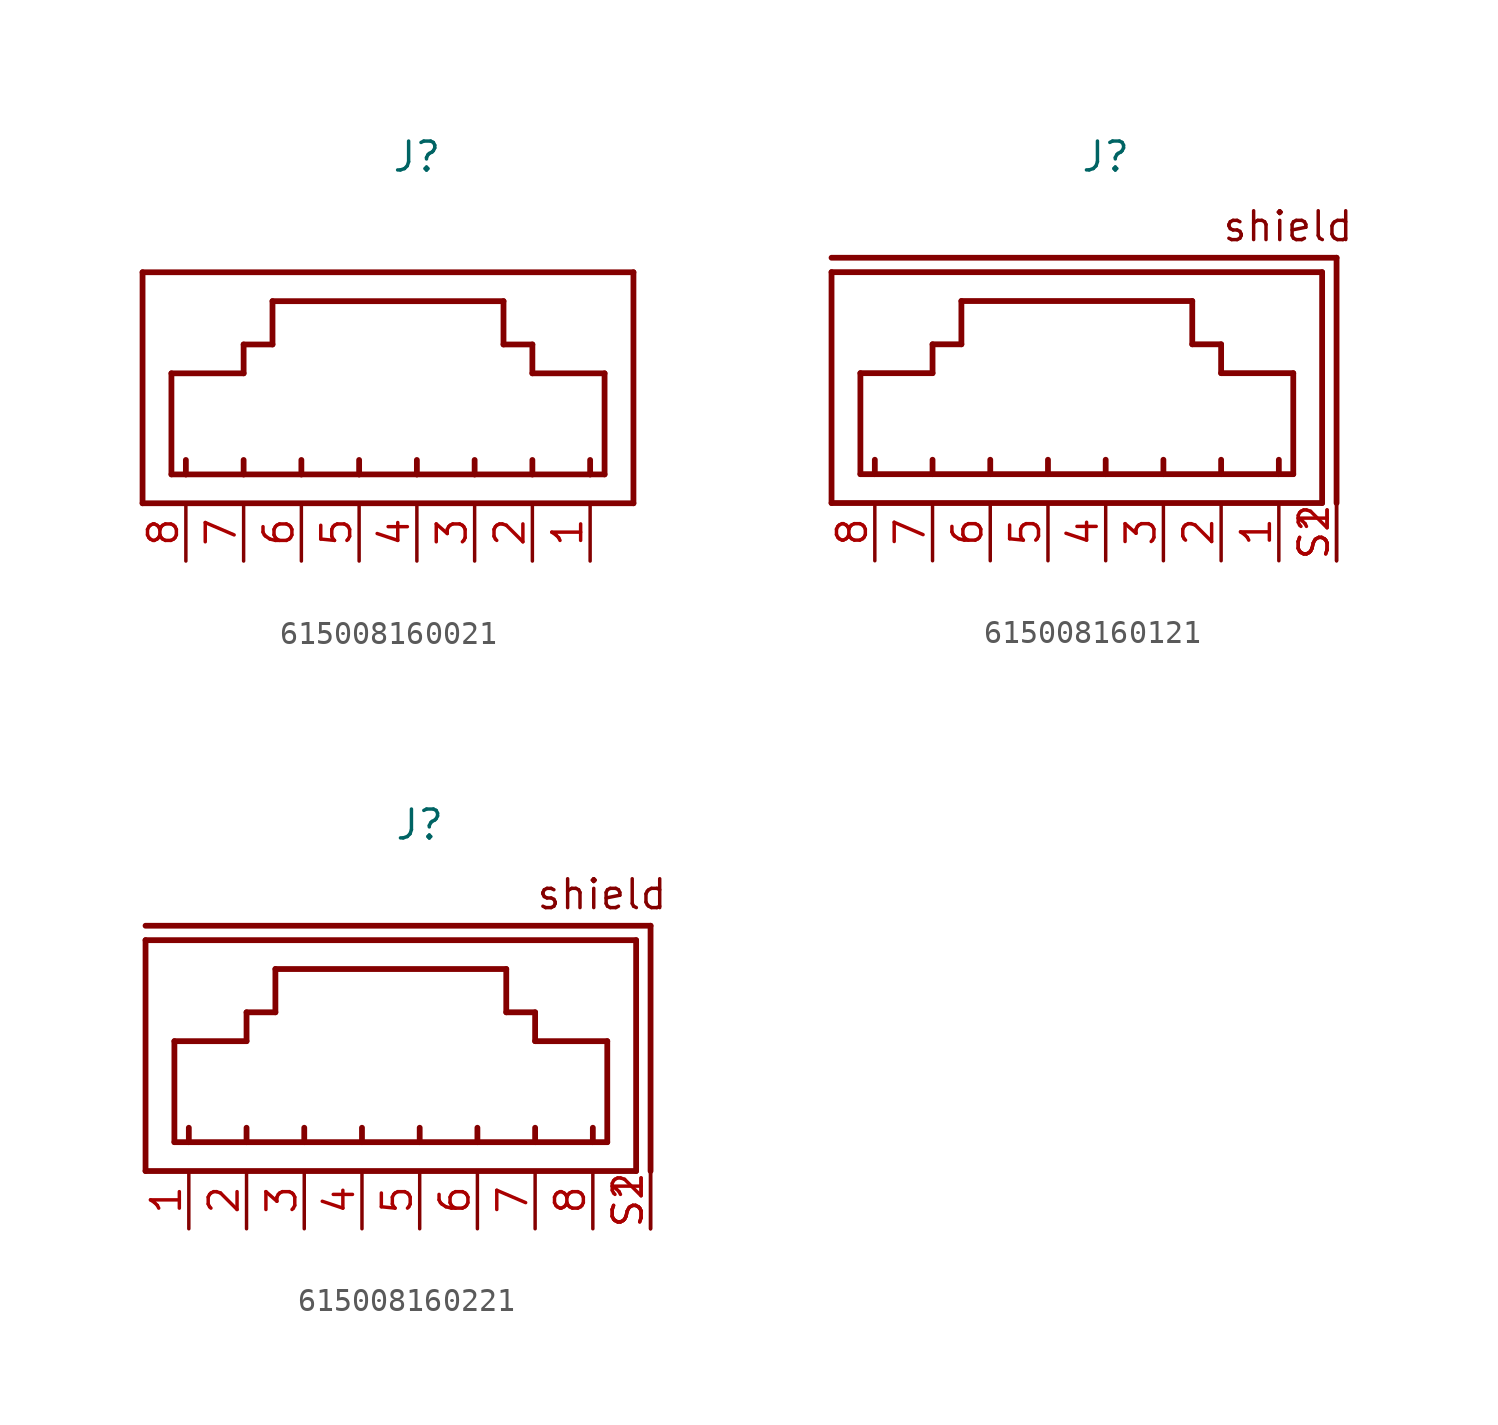
<source format=kicad_sym>
(kicad_symbol_lib
  (version 20241209)
  (generator "kicad_symbol_editor")
  (generator_version "9.0")
  (symbol "615008160021"
    (pin_names
      (hide yes))
    (property "Reference" "J"
      (at 0 10.16 0)
      (effects (font (size 1.27 1.27))))
    (symbol "615008160021_1_0"
      (polyline (pts (xy -12.065 5.08) (xy 9.525 5.08)) (stroke (width 0.254) (type solid)) (fill (type none)))
      (polyline (pts (xy -12.065 -5.08) (xy -12.065 5.08)) (stroke (width 0.254) (type solid)) (fill (type none)))
      (polyline (pts (xy -10.795 0.635) (xy -7.62 0.635)) (stroke (width 0.254) (type solid)) (fill (type none)))
      (polyline (pts (xy -10.795 -3.81) (xy -10.795 0.635)) (stroke (width 0.254) (type solid)) (fill (type none)))
      (polyline (pts (xy -10.16 -3.81) (xy -10.795 -3.81)) (stroke (width 0.254) (type solid)) (fill (type none)))
      (polyline (pts (xy -10.16 -3.81) (xy -10.16 -3.175)) (stroke (width 0.254) (type solid)) (fill (type none)))
      (polyline (pts (xy -7.62 1.905) (xy -6.35 1.905)) (stroke (width 0.254) (type solid)) (fill (type none)))
      (polyline (pts (xy -7.62 0.635) (xy -7.62 1.905)) (stroke (width 0.254) (type solid)) (fill (type none)))
      (polyline (pts (xy -7.62 -3.81) (xy -10.16 -3.81)) (stroke (width 0.254) (type solid)) (fill (type none)))
      (polyline (pts (xy -7.62 -3.81) (xy -7.62 -3.175)) (stroke (width 0.254) (type solid)) (fill (type none)))
      (polyline (pts (xy -6.35 3.81) (xy 3.81 3.81)) (stroke (width 0.254) (type solid)) (fill (type none)))
      (polyline (pts (xy -6.35 1.905) (xy -6.35 3.81)) (stroke (width 0.254) (type solid)) (fill (type none)))
      (polyline (pts (xy -5.08 -3.81) (xy -7.62 -3.81)) (stroke (width 0.254) (type solid)) (fill (type none)))
      (polyline (pts (xy -5.08 -3.81) (xy -5.08 -3.175)) (stroke (width 0.254) (type solid)) (fill (type none)))
      (polyline (pts (xy -2.54 -3.81) (xy -5.08 -3.81)) (stroke (width 0.254) (type solid)) (fill (type none)))
      (polyline (pts (xy -2.54 -3.81) (xy -2.54 -3.175)) (stroke (width 0.254) (type solid)) (fill (type none)))
      (polyline (pts (xy 0 -3.81) (xy -2.54 -3.81)) (stroke (width 0.254) (type solid)) (fill (type none)))
      (polyline (pts (xy 0 -3.81) (xy 0 -3.175)) (stroke (width 0.254) (type solid)) (fill (type none)))
      (polyline (pts (xy 2.54 -3.175) (xy 2.54 -3.81)) (stroke (width 0.254) (type solid)) (fill (type none)))
      (polyline (pts (xy 2.54 -3.81) (xy 0 -3.81)) (stroke (width 0.254) (type solid)) (fill (type none)))
      (polyline (pts (xy 3.81 1.905) (xy 3.81 3.81)) (stroke (width 0.254) (type solid)) (fill (type none)))
      (polyline (pts (xy 5.08 1.905) (xy 3.81 1.905)) (stroke (width 0.254) (type solid)) (fill (type none)))
      (polyline (pts (xy 5.08 0.635) (xy 5.08 1.905)) (stroke (width 0.254) (type solid)) (fill (type none)))
      (polyline (pts (xy 5.08 -3.175) (xy 5.08 -3.81)) (stroke (width 0.254) (type solid)) (fill (type none)))
      (polyline (pts (xy 5.08 -3.81) (xy 2.54 -3.81)) (stroke (width 0.254) (type solid)) (fill (type none)))
      (polyline (pts (xy 7.62 -3.175) (xy 7.62 -3.81)) (stroke (width 0.254) (type solid)) (fill (type none)))
      (polyline (pts (xy 7.62 -3.81) (xy 5.08 -3.81)) (stroke (width 0.254) (type solid)) (fill (type none)))
      (polyline (pts (xy 8.255 0.635) (xy 5.08 0.635)) (stroke (width 0.254) (type solid)) (fill (type none)))
      (polyline (pts (xy 8.255 0.635) (xy 8.255 -3.81)) (stroke (width 0.254) (type solid)) (fill (type none)))
      (polyline (pts (xy 8.255 -3.81) (xy 7.62 -3.81)) (stroke (width 0.254) (type solid)) (fill (type none)))
      (polyline (pts (xy 9.525 5.08) (xy 9.525 -5.08)) (stroke (width 0.254) (type solid)) (fill (type none)))
      (polyline (pts (xy 9.525 -5.08) (xy -12.065 -5.08)) (stroke (width 0.254) (type solid)) (fill (type none)))
      (pin passive line (at -10.16 -7.62 90) (length 2.54) (name "8" (effects (font (size 1.27 1.27)))) (number "8" (effects (font (size 1.27 1.27)))))
      (pin passive line (at -7.62 -7.62 90) (length 2.54) (name "7" (effects (font (size 1.27 1.27)))) (number "7" (effects (font (size 1.27 1.27)))))
      (pin passive line (at -5.08 -7.62 90) (length 2.54) (name "6" (effects (font (size 1.27 1.27)))) (number "6" (effects (font (size 1.27 1.27)))))
      (pin passive line (at -2.54 -7.62 90) (length 2.54) (name "5" (effects (font (size 1.27 1.27)))) (number "5" (effects (font (size 1.27 1.27)))))
      (pin passive line (at 0 -7.62 90) (length 2.54) (name "4" (effects (font (size 1.27 1.27)))) (number "4" (effects (font (size 1.27 1.27)))))
      (pin passive line (at 2.54 -7.62 90) (length 2.54) (name "3" (effects (font (size 1.27 1.27)))) (number "3" (effects (font (size 1.27 1.27)))))
      (pin passive line (at 5.08 -7.62 90) (length 2.54) (name "2" (effects (font (size 1.27 1.27)))) (number "2" (effects (font (size 1.27 1.27)))))
      (pin passive line (at 7.62 -7.62 90) (length 2.54) (name "1" (effects (font (size 1.27 1.27)))) (number "1" (effects (font (size 1.27 1.27)))))))
  (symbol "615008160121"
    (pin_names
      (hide yes))
    (property "Reference" "J"
      (at 0 10.16 0)
      (effects (font (size 1.27 1.27))))
    (symbol "615008160121_1_0"
      (polyline (pts (xy -12.065 5.715) (xy 10.16 5.715)) (stroke (width 0.254) (type solid)) (fill (type none)))
      (polyline (pts (xy -12.065 5.08) (xy 9.525 5.08)) (stroke (width 0.254) (type solid)) (fill (type none)))
      (polyline (pts (xy -12.065 -5.08) (xy -12.065 5.08)) (stroke (width 0.254) (type solid)) (fill (type none)))
      (polyline (pts (xy -10.795 0.635) (xy -7.62 0.635)) (stroke (width 0.254) (type solid)) (fill (type none)))
      (polyline (pts (xy -10.795 -3.81) (xy -10.795 0.635)) (stroke (width 0.254) (type solid)) (fill (type none)))
      (polyline (pts (xy -10.16 -3.81) (xy -10.795 -3.81)) (stroke (width 0.254) (type solid)) (fill (type none)))
      (polyline (pts (xy -10.16 -3.81) (xy -10.16 -3.175)) (stroke (width 0.254) (type solid)) (fill (type none)))
      (polyline (pts (xy -7.62 1.905) (xy -6.35 1.905)) (stroke (width 0.254) (type solid)) (fill (type none)))
      (polyline (pts (xy -7.62 0.635) (xy -7.62 1.905)) (stroke (width 0.254) (type solid)) (fill (type none)))
      (polyline (pts (xy -7.62 -3.81) (xy -10.16 -3.81)) (stroke (width 0.254) (type solid)) (fill (type none)))
      (polyline (pts (xy -7.62 -3.81) (xy -7.62 -3.175)) (stroke (width 0.254) (type solid)) (fill (type none)))
      (polyline (pts (xy -6.35 3.81) (xy 3.81 3.81)) (stroke (width 0.254) (type solid)) (fill (type none)))
      (polyline (pts (xy -6.35 1.905) (xy -6.35 3.81)) (stroke (width 0.254) (type solid)) (fill (type none)))
      (polyline (pts (xy -5.08 -3.81) (xy -7.62 -3.81)) (stroke (width 0.254) (type solid)) (fill (type none)))
      (polyline (pts (xy -5.08 -3.81) (xy -5.08 -3.175)) (stroke (width 0.254) (type solid)) (fill (type none)))
      (polyline (pts (xy -2.54 -3.81) (xy -5.08 -3.81)) (stroke (width 0.254) (type solid)) (fill (type none)))
      (polyline (pts (xy -2.54 -3.81) (xy -2.54 -3.175)) (stroke (width 0.254) (type solid)) (fill (type none)))
      (polyline (pts (xy 0 -3.81) (xy -2.54 -3.81)) (stroke (width 0.254) (type solid)) (fill (type none)))
      (polyline (pts (xy 0 -3.81) (xy 0 -3.175)) (stroke (width 0.254) (type solid)) (fill (type none)))
      (polyline (pts (xy 2.54 -3.81) (xy 0 -3.81)) (stroke (width 0.254) (type solid)) (fill (type none)))
      (polyline (pts (xy 2.54 -3.81) (xy 2.54 -3.175)) (stroke (width 0.254) (type solid)) (fill (type none)))
      (polyline (pts (xy 3.81 1.905) (xy 3.81 3.81)) (stroke (width 0.254) (type solid)) (fill (type none)))
      (polyline (pts (xy 5.08 1.905) (xy 3.81 1.905)) (stroke (width 0.254) (type solid)) (fill (type none)))
      (polyline (pts (xy 5.08 0.635) (xy 5.08 1.905)) (stroke (width 0.254) (type solid)) (fill (type none)))
      (polyline (pts (xy 5.08 -3.81) (xy 2.54 -3.81)) (stroke (width 0.254) (type solid)) (fill (type none)))
      (polyline (pts (xy 5.08 -3.81) (xy 5.08 -3.175)) (stroke (width 0.254) (type solid)) (fill (type none)))
      (polyline (pts (xy 7.62 -3.81) (xy 5.08 -3.81)) (stroke (width 0.254) (type solid)) (fill (type none)))
      (polyline (pts (xy 7.62 -3.81) (xy 7.62 -3.175)) (stroke (width 0.254) (type solid)) (fill (type none)))
      (polyline (pts (xy 8.255 0.635) (xy 5.08 0.635)) (stroke (width 0.254) (type solid)) (fill (type none)))
      (polyline (pts (xy 8.255 0.635) (xy 8.255 -3.81)) (stroke (width 0.254) (type solid)) (fill (type none)))
      (polyline (pts (xy 8.255 -3.81) (xy 7.62 -3.81)) (stroke (width 0.254) (type solid)) (fill (type none)))
      (polyline (pts (xy 9.525 5.08) (xy 9.525 -5.08)) (stroke (width 0.254) (type solid)) (fill (type none)))
      (polyline (pts (xy 9.525 -5.08) (xy -12.065 -5.08)) (stroke (width 0.254) (type solid)) (fill (type none)))
      (polyline (pts (xy 10.16 5.715) (xy 10.16 -5.08)) (stroke (width 0.254) (type solid)) (fill (type none)))
      (pin passive line (at -10.16 -7.62 90) (length 2.54) (name "8" (effects (font (size 1.27 1.27)))) (number "8" (effects (font (size 1.27 1.27)))))
      (pin passive line (at -7.62 -7.62 90) (length 2.54) (name "7" (effects (font (size 1.27 1.27)))) (number "7" (effects (font (size 1.27 1.27)))))
      (pin passive line (at -5.08 -7.62 90) (length 2.54) (name "6" (effects (font (size 1.27 1.27)))) (number "6" (effects (font (size 1.27 1.27)))))
      (pin passive line (at -2.54 -7.62 90) (length 2.54) (name "5" (effects (font (size 1.27 1.27)))) (number "5" (effects (font (size 1.27 1.27)))))
      (pin passive line (at 0 -7.62 90) (length 2.54) (name "4" (effects (font (size 1.27 1.27)))) (number "4" (effects (font (size 1.27 1.27)))))
      (pin passive line (at 2.54 -7.62 90) (length 2.54) (name "3" (effects (font (size 1.27 1.27)))) (number "3" (effects (font (size 1.27 1.27)))))
      (pin passive line (at 5.08 -7.62 90) (length 2.54) (name "2" (effects (font (size 1.27 1.27)))) (number "2" (effects (font (size 1.27 1.27)))))
      (pin passive line (at 7.62 -7.62 90) (length 2.54) (name "1" (effects (font (size 1.27 1.27)))) (number "1" (effects (font (size 1.27 1.27)))))
      (pin passive line (at 10.16 -7.62 90) (length 2.54) (name "SHIELD" (effects (font (size 1.27 1.27)))) (number "S1" (effects (font (size 1.27 1.27)))))
      (pin passive line (at 10.16 -7.62 90) (length 2.54) (name "SHIELD" (effects (font (size 1.27 1.27)))) (number "S2" (effects (font (size 1.27 1.27))))))
    (symbol "615008160121_1_1"
      (text "shield" (at 5.08 6.35 0) (effects (font (size 1.27 1.27)) (justify left bottom)))))
  (symbol "615008160221"
    (pin_names
      (hide yes))
    (property "Reference" "J"
      (at 0 10.16 0)
      (effects (font (size 1.27 1.27))))
    (symbol "615008160221_1_0"
      (polyline (pts (xy -12.065 5.715) (xy 10.16 5.715)) (stroke (width 0.254) (type solid)) (fill (type none)))
      (polyline (pts (xy -12.065 5.08) (xy 9.525 5.08)) (stroke (width 0.254) (type solid)) (fill (type none)))
      (polyline (pts (xy -12.065 -5.08) (xy -12.065 5.08)) (stroke (width 0.254) (type solid)) (fill (type none)))
      (polyline (pts (xy -10.795 0.635) (xy -7.62 0.635)) (stroke (width 0.254) (type solid)) (fill (type none)))
      (polyline (pts (xy -10.795 -3.81) (xy -10.795 0.635)) (stroke (width 0.254) (type solid)) (fill (type none)))
      (polyline (pts (xy -10.16 -3.81) (xy -10.795 -3.81)) (stroke (width 0.254) (type solid)) (fill (type none)))
      (polyline (pts (xy -10.16 -3.81) (xy -10.16 -3.175)) (stroke (width 0.254) (type solid)) (fill (type none)))
      (polyline (pts (xy -7.62 1.905) (xy -6.35 1.905)) (stroke (width 0.254) (type solid)) (fill (type none)))
      (polyline (pts (xy -7.62 0.635) (xy -7.62 1.905)) (stroke (width 0.254) (type solid)) (fill (type none)))
      (polyline (pts (xy -7.62 -3.81) (xy -10.16 -3.81)) (stroke (width 0.254) (type solid)) (fill (type none)))
      (polyline (pts (xy -7.62 -3.81) (xy -7.62 -3.175)) (stroke (width 0.254) (type solid)) (fill (type none)))
      (polyline (pts (xy -6.35 3.81) (xy 3.81 3.81)) (stroke (width 0.254) (type solid)) (fill (type none)))
      (polyline (pts (xy -6.35 1.905) (xy -6.35 3.81)) (stroke (width 0.254) (type solid)) (fill (type none)))
      (polyline (pts (xy -5.08 -3.81) (xy -7.62 -3.81)) (stroke (width 0.254) (type solid)) (fill (type none)))
      (polyline (pts (xy -5.08 -3.81) (xy -5.08 -3.175)) (stroke (width 0.254) (type solid)) (fill (type none)))
      (polyline (pts (xy -2.54 -3.81) (xy -5.08 -3.81)) (stroke (width 0.254) (type solid)) (fill (type none)))
      (polyline (pts (xy -2.54 -3.81) (xy -2.54 -3.175)) (stroke (width 0.254) (type solid)) (fill (type none)))
      (polyline (pts (xy 0 -3.81) (xy -2.54 -3.81)) (stroke (width 0.254) (type solid)) (fill (type none)))
      (polyline (pts (xy 0 -3.81) (xy 0 -3.175)) (stroke (width 0.254) (type solid)) (fill (type none)))
      (polyline (pts (xy 2.54 -3.81) (xy 0 -3.81)) (stroke (width 0.254) (type solid)) (fill (type none)))
      (polyline (pts (xy 2.54 -3.81) (xy 2.54 -3.175)) (stroke (width 0.254) (type solid)) (fill (type none)))
      (polyline (pts (xy 3.81 1.905) (xy 3.81 3.81)) (stroke (width 0.254) (type solid)) (fill (type none)))
      (polyline (pts (xy 5.08 1.905) (xy 3.81 1.905)) (stroke (width 0.254) (type solid)) (fill (type none)))
      (polyline (pts (xy 5.08 0.635) (xy 5.08 1.905)) (stroke (width 0.254) (type solid)) (fill (type none)))
      (polyline (pts (xy 5.08 -3.81) (xy 2.54 -3.81)) (stroke (width 0.254) (type solid)) (fill (type none)))
      (polyline (pts (xy 5.08 -3.81) (xy 5.08 -3.175)) (stroke (width 0.254) (type solid)) (fill (type none)))
      (polyline (pts (xy 7.62 -3.81) (xy 5.08 -3.81)) (stroke (width 0.254) (type solid)) (fill (type none)))
      (polyline (pts (xy 7.62 -3.81) (xy 7.62 -3.175)) (stroke (width 0.254) (type solid)) (fill (type none)))
      (polyline (pts (xy 8.255 0.635) (xy 5.08 0.635)) (stroke (width 0.254) (type solid)) (fill (type none)))
      (polyline (pts (xy 8.255 0.635) (xy 8.255 -3.81)) (stroke (width 0.254) (type solid)) (fill (type none)))
      (polyline (pts (xy 8.255 -3.81) (xy 7.62 -3.81)) (stroke (width 0.254) (type solid)) (fill (type none)))
      (polyline (pts (xy 9.525 5.08) (xy 9.525 -5.08)) (stroke (width 0.254) (type solid)) (fill (type none)))
      (polyline (pts (xy 9.525 -5.08) (xy -12.065 -5.08)) (stroke (width 0.254) (type solid)) (fill (type none)))
      (polyline (pts (xy 10.16 5.715) (xy 10.16 -5.08)) (stroke (width 0.254) (type solid)) (fill (type none)))
      (pin passive line (at -10.16 -7.62 90) (length 2.54) (name "1" (effects (font (size 1.27 1.27)))) (number "1" (effects (font (size 1.27 1.27)))))
      (pin passive line (at -7.62 -7.62 90) (length 2.54) (name "2" (effects (font (size 1.27 1.27)))) (number "2" (effects (font (size 1.27 1.27)))))
      (pin passive line (at -5.08 -7.62 90) (length 2.54) (name "3" (effects (font (size 1.27 1.27)))) (number "3" (effects (font (size 1.27 1.27)))))
      (pin passive line (at -2.54 -7.62 90) (length 2.54) (name "4" (effects (font (size 1.27 1.27)))) (number "4" (effects (font (size 1.27 1.27)))))
      (pin passive line (at 0 -7.62 90) (length 2.54) (name "5" (effects (font (size 1.27 1.27)))) (number "5" (effects (font (size 1.27 1.27)))))
      (pin passive line (at 2.54 -7.62 90) (length 2.54) (name "6" (effects (font (size 1.27 1.27)))) (number "6" (effects (font (size 1.27 1.27)))))
      (pin passive line (at 5.08 -7.62 90) (length 2.54) (name "7" (effects (font (size 1.27 1.27)))) (number "7" (effects (font (size 1.27 1.27)))))
      (pin passive line (at 7.62 -7.62 90) (length 2.54) (name "8" (effects (font (size 1.27 1.27)))) (number "8" (effects (font (size 1.27 1.27)))))
      (pin passive line (at 10.16 -7.62 90) (length 2.54) (name "SHIELD" (effects (font (size 1.27 1.27)))) (number "S1" (effects (font (size 1.27 1.27)))))
      (pin passive line (at 10.16 -7.62 90) (length 2.54) (name "SHIELD" (effects (font (size 1.27 1.27)))) (number "S2" (effects (font (size 1.27 1.27))))))
    (symbol "615008160221_1_1"
      (text "shield" (at 5.08 6.35 0) (effects (font (size 1.27 1.27)) (justify left bottom))))))
</source>
